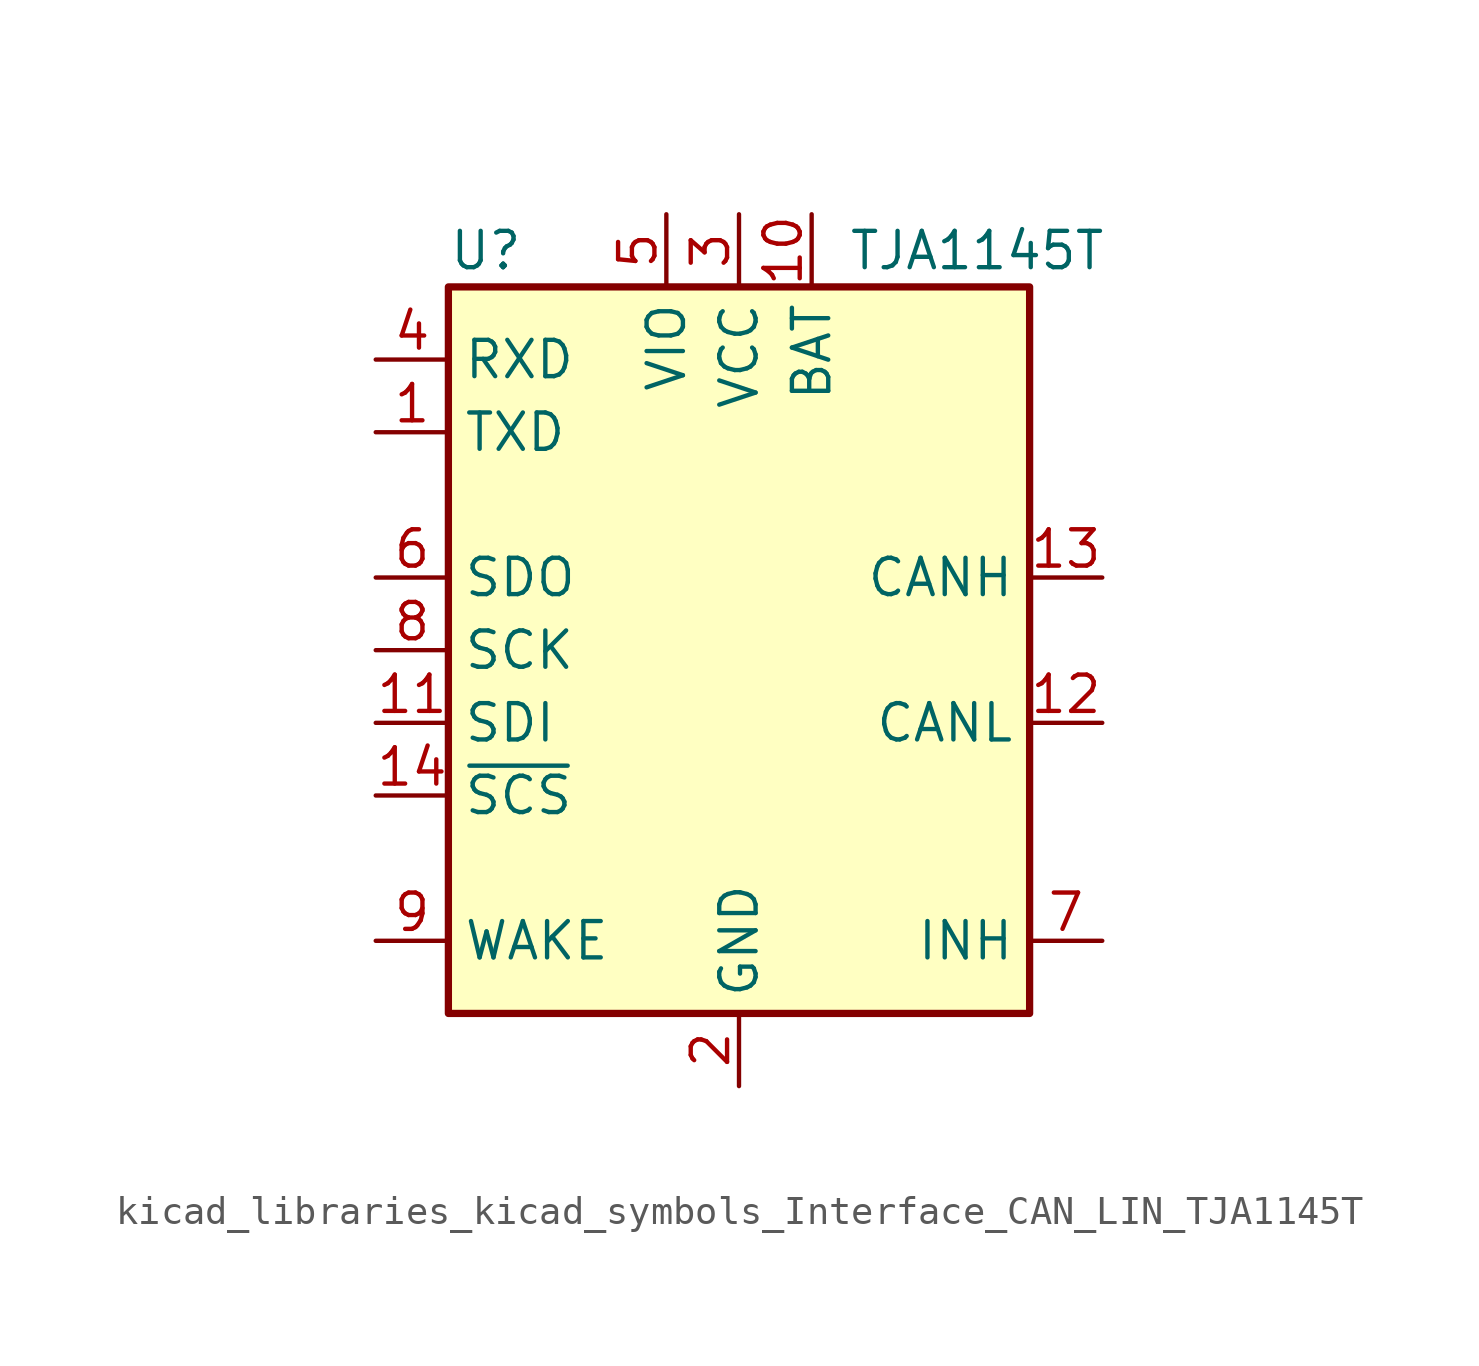
<source format=kicad_sym>
(kicad_symbol_lib
  (version 20220914)
  (generator kicad_symbol_editor)
  (symbol "kicad_libraries_kicad_symbols_Interface_CAN_LIN_TJA1145T"
    (property "Reference" "U"
      (at -10.16 13.97 0)
      (effects (font (size 1.27 1.27)) (justify left)))
    (property "Value" "TJA1145T"
      (at 3.81 13.97 0)
      (effects (font (size 1.27 1.27)) (justify left)))
    (symbol "kicad_libraries_kicad_symbols_Interface_CAN_LIN_TJA1145T_0_1"
      (rectangle (start -10.16 12.7) (end 10.16 -12.7) (stroke (width 0.254) (type default)) (fill (type background))))
    (symbol "kicad_libraries_kicad_symbols_Interface_CAN_LIN_TJA1145T_1_1"
      (pin input line (at -12.7 7.62 0) (length 2.54) (name "TXD" (effects (font (size 1.27 1.27)))) (number "1" (effects (font (size 1.27 1.27)))))
      (pin power_in line (at 2.54 15.24 270) (length 2.54) (name "BAT" (effects (font (size 1.27 1.27)))) (number "10" (effects (font (size 1.27 1.27)))))
      (pin input line (at -12.7 -2.54 0) (length 2.54) (name "SDI" (effects (font (size 1.27 1.27)))) (number "11" (effects (font (size 1.27 1.27)))))
      (pin bidirectional line (at 12.7 -2.54 180) (length 2.54) (name "CANL" (effects (font (size 1.27 1.27)))) (number "12" (effects (font (size 1.27 1.27)))))
      (pin bidirectional line (at 12.7 2.54 180) (length 2.54) (name "CANH" (effects (font (size 1.27 1.27)))) (number "13" (effects (font (size 1.27 1.27)))))
      (pin input line (at -12.7 -5.08 0) (length 2.54) (name "~{SCS}" (effects (font (size 1.27 1.27)))) (number "14" (effects (font (size 1.27 1.27)))))
      (pin power_in line (at 0 -15.24 90) (length 2.54) (name "GND" (effects (font (size 1.27 1.27)))) (number "2" (effects (font (size 1.27 1.27)))))
      (pin power_in line (at 0 15.24 270) (length 2.54) (name "VCC" (effects (font (size 1.27 1.27)))) (number "3" (effects (font (size 1.27 1.27)))))
      (pin output line (at -12.7 10.16 0) (length 2.54) (name "RXD" (effects (font (size 1.27 1.27)))) (number "4" (effects (font (size 1.27 1.27)))))
      (pin power_in line (at -2.54 15.24 270) (length 2.54) (name "VIO" (effects (font (size 1.27 1.27)))) (number "5" (effects (font (size 1.27 1.27)))))
      (pin output line (at -12.7 2.54 0) (length 2.54) (name "SDO" (effects (font (size 1.27 1.27)))) (number "6" (effects (font (size 1.27 1.27)))))
      (pin open_emitter line (at 12.7 -10.16 180) (length 2.54) (name "INH" (effects (font (size 1.27 1.27)))) (number "7" (effects (font (size 1.27 1.27)))))
      (pin input line (at -12.7 0 0) (length 2.54) (name "SCK" (effects (font (size 1.27 1.27)))) (number "8" (effects (font (size 1.27 1.27)))))
      (pin input line (at -12.7 -10.16 0) (length 2.54) (name "WAKE" (effects (font (size 1.27 1.27)))) (number "9" (effects (font (size 1.27 1.27))))))))
</source>
